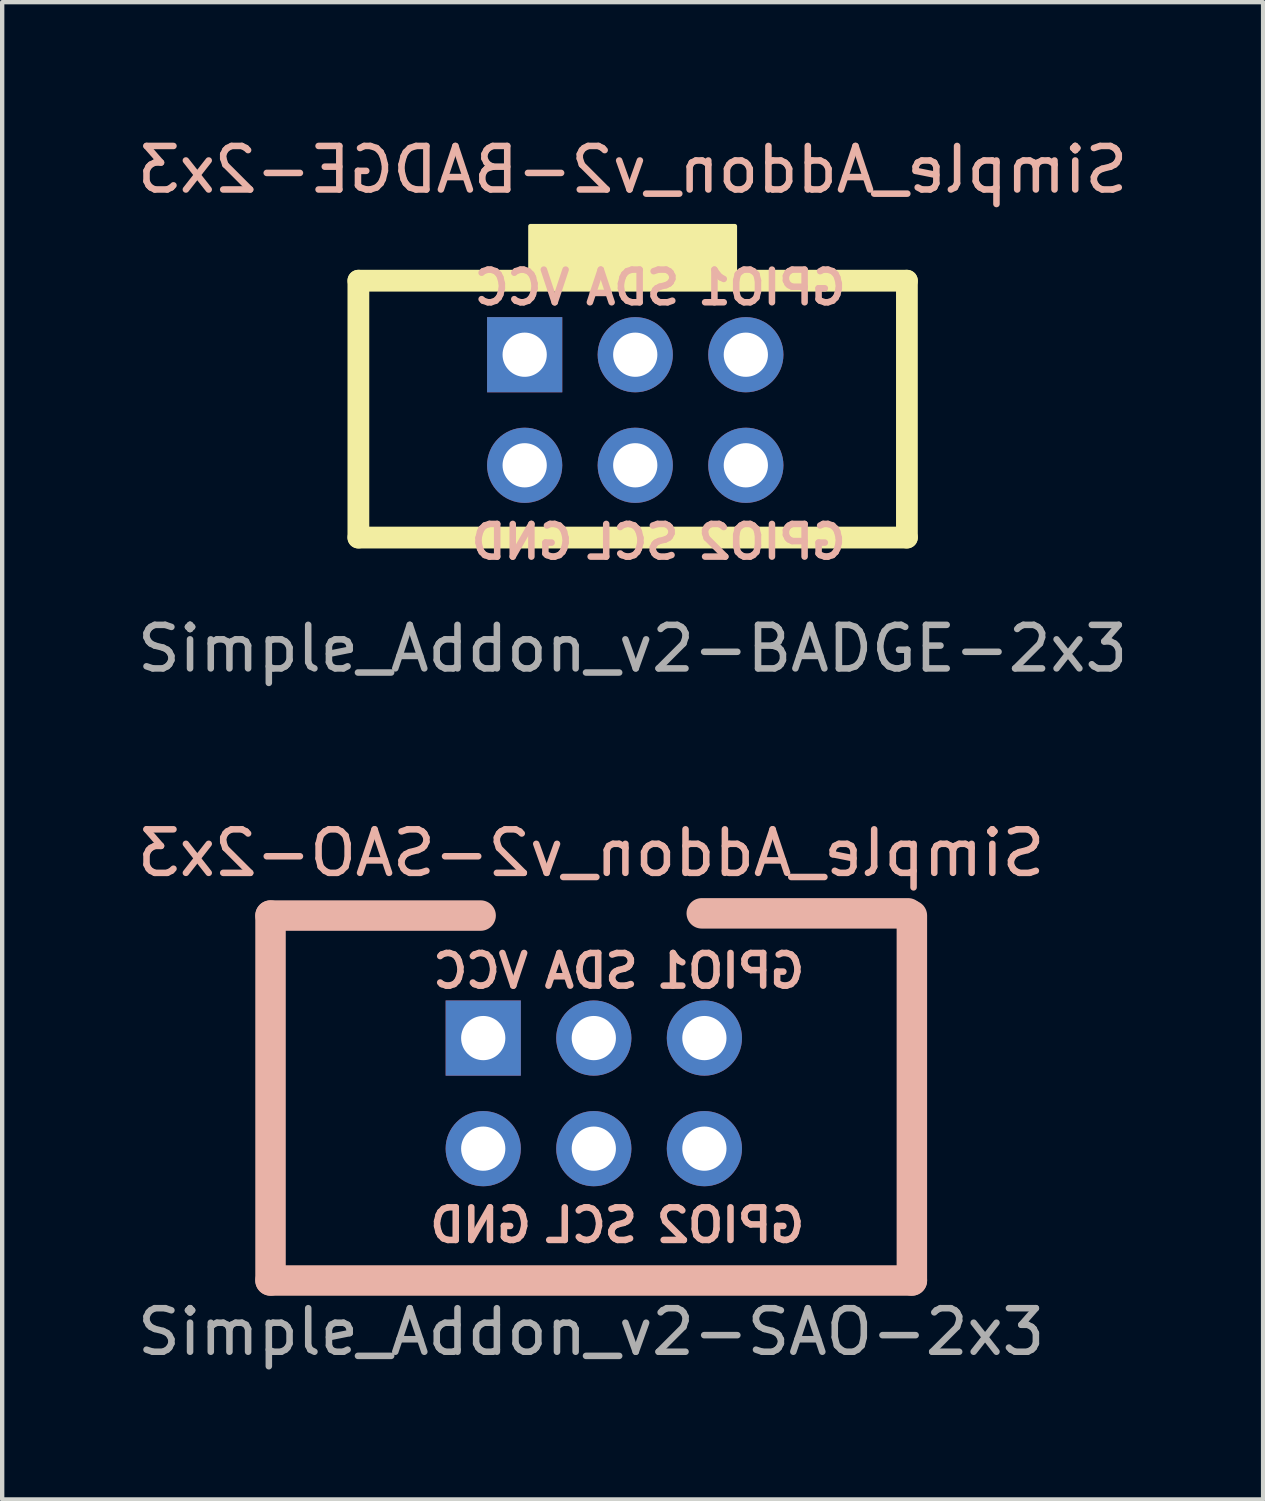
<source format=kicad_pcb>
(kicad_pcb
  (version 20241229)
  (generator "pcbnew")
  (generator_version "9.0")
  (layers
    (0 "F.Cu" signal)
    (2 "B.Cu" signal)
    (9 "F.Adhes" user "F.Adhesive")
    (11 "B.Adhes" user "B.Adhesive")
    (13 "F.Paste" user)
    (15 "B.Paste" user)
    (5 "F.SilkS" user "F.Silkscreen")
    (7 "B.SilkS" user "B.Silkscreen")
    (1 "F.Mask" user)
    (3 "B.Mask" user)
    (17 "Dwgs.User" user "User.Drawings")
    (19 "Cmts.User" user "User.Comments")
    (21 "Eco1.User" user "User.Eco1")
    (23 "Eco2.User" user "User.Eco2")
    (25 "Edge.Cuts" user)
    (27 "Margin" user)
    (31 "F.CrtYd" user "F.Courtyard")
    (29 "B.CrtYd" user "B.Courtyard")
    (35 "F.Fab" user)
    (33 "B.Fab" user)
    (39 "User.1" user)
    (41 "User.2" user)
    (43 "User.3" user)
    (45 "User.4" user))
  (footprint "Simple_Addon_v2-BADGE-2x3"
    (layer "F.Cu")
    (at 11.482 6.348)
    (property "Reference" "Simple_Addon_v2-BADGE-2x3" (at 0 -5.5 0) (layer "B.SilkS") (effects (font (size 1 1) (thickness 0.15)) (justify mirror)))
    (fp_line (start -6.3 -2.95) (end 6.3 -2.95) (stroke (width 0.5) (type solid)) (layer "F.SilkS"))
    (fp_line (start -6.3 2.95) (end -6.3 -2.95) (stroke (width 0.5) (type solid)) (layer "F.SilkS"))
    (fp_line (start 6.3 -2.95) (end 6.3 2.95) (stroke (width 0.5) (type solid)) (layer "F.SilkS"))
    (fp_line (start 6.3 2.95) (end -6.3 2.95) (stroke (width 0.5) (type solid)) (layer "F.SilkS"))
    (fp_poly (pts (xy 2.349 -3.061) (xy -2.349 -3.061) (xy -2.349 -4.204) (xy 2.349 -4.204)) (stroke (width 0.1) (type solid)) (fill yes) (layer "F.SilkS"))
    (fp_text user "GPIO1" (at 3.2 -2.794 0) (layer "B.SilkS") (effects (font (size 0.75 0.75) (thickness 0.15)) (justify mirror)))
    (fp_text user "GPIO2" (at 3.2 3.048 0) (layer "B.SilkS") (effects (font (size 0.75 0.75) (thickness 0.15)) (justify mirror)))
    (fp_text user "SCL" (at 0 3.048 0) (layer "B.SilkS") (effects (font (size 0.75 0.75) (thickness 0.15)) (justify mirror)))
    (fp_text user "GND" (at -2.54 3.048 0) (layer "B.SilkS") (effects (font (size 0.75 0.75) (thickness 0.15)) (justify mirror)))
    (fp_text user "SDA" (at 0 -2.794 0) (layer "B.SilkS") (effects (font (size 0.75 0.75) (thickness 0.15)) (justify mirror)))
    (fp_text user "VCC" (at -2.54 -2.794 0) (layer "B.SilkS") (effects (font (size 0.75 0.75) (thickness 0.15)) (justify mirror)))
    (fp_text user "${REFERENCE}" (at 0 5.5 0) (layer "F.Fab") (effects (font (size 1 1) (thickness 0.15))))
    (pad "1" thru_hole rect (at -2.48 -1.25 270) (size 1.727 1.727) (drill 1.016) (layers "*.Cu" "*.Mask"))
    (pad "2" thru_hole circle (at -2.48 1.29 270) (size 1.727 1.727) (drill 1.016) (layers "*.Cu" "*.Mask"))
    (pad "3" thru_hole oval (at 0.06 -1.25 270) (size 1.727 1.727) (drill 1.016) (layers "*.Cu" "*.Mask"))
    (pad "4" thru_hole oval (at 0.06 1.29 270) (size 1.727 1.727) (drill 1.016) (layers "*.Cu" "*.Mask"))
    (pad "5" thru_hole circle (at 2.6 -1.25 270) (size 1.727 1.727) (drill 1.016) (layers "*.Cu" "*.Mask"))
    (pad "6" thru_hole circle (at 2.6 1.29 270) (size 1.727 1.727) (drill 1.016) (layers "*.Cu" "*.Mask")))
  (footprint "Simple_Addon_v2-SAO-2x3"
    (layer "F.Cu")
    (at 10.53 22.045)
    (property "Reference" "Simple_Addon_v2-SAO-2x3" (at 0 -5.5 0) (layer "B.SilkS") (effects (font (size 1 1) (thickness 0.15)) (justify mirror)))
    (fp_line (start -7.366 -4.064) (end -7.366 4.318) (stroke (width 0.7) (type solid)) (layer "B.SilkS"))
    (fp_line (start -7.366 4.318) (end 7.366 4.318) (stroke (width 0.7) (type solid)) (layer "B.SilkS"))
    (fp_line (start -2.54 -4.064) (end -7.366 -4.064) (stroke (width 0.7) (type solid)) (layer "B.SilkS"))
    (fp_line (start 7.28 -4.115) (end 2.54 -4.115) (stroke (width 0.7) (type solid)) (layer "B.SilkS"))
    (fp_line (start 7.366 4.318) (end 7.366 -4.064) (stroke (width 0.7) (type solid)) (layer "B.SilkS"))
    (fp_text user "SDA" (at 0 -2.794 0) (unlocked yes) (layer "B.SilkS") (effects (font (size 0.75 0.75) (thickness 0.15)) (justify mirror)))
    (fp_text user "SCL" (at 0 3.048 0) (layer "B.SilkS") (effects (font (size 0.75 0.75) (thickness 0.15)) (justify mirror)))
    (fp_text user "GND" (at -2.54 3.048 0) (unlocked yes) (layer "B.SilkS") (effects (font (size 0.75 0.75) (thickness 0.15)) (justify mirror)))
    (fp_text user "VCC" (at -2.54 -2.794 0) (unlocked yes) (layer "B.SilkS") (effects (font (size 0.75 0.75) (thickness 0.15)) (justify mirror)))
    (fp_text user "GPIO2" (at 3.2 3.048 0) (layer "B.SilkS") (effects (font (size 0.75 0.75) (thickness 0.15)) (justify mirror)))
    (fp_text user "GPIO1" (at 3.2 -2.794 0) (unlocked yes) (layer "B.SilkS") (effects (font (size 0.75 0.75) (thickness 0.15)) (justify mirror)))
    (fp_text user "${REFERENCE}" (at 0 5.5 0) (layer "F.Fab") (effects (font (size 1 1) (thickness 0.15))))
    (pad "1" thru_hole rect (at -2.48 -1.25 270) (size 1.727 1.727) (drill 1.016) (layers "*.Cu" "*.Mask"))
    (pad "2" thru_hole circle (at -2.48 1.29 270) (size 1.727 1.727) (drill 1.016) (layers "*.Cu" "*.Mask"))
    (pad "3" thru_hole oval (at 0.06 -1.25 270) (size 1.727 1.727) (drill 1.016) (layers "*.Cu" "*.Mask"))
    (pad "4" thru_hole oval (at 0.06 1.29 270) (size 1.727 1.727) (drill 1.016) (layers "*.Cu" "*.Mask"))
    (pad "5" thru_hole circle (at 2.6 -1.25 270) (size 1.727 1.727) (drill 1.016) (layers "*.Cu" "*.Mask"))
    (pad "6" thru_hole circle (at 2.6 1.29 270) (size 1.727 1.727) (drill 1.016) (layers "*.Cu" "*.Mask")))
  (gr_rect
    (start -3 -3)
    (end 25.964 31.393)
    (stroke (width 0.1) (type default))
    (fill no)
    (layer "Edge.Cuts")))
</source>
